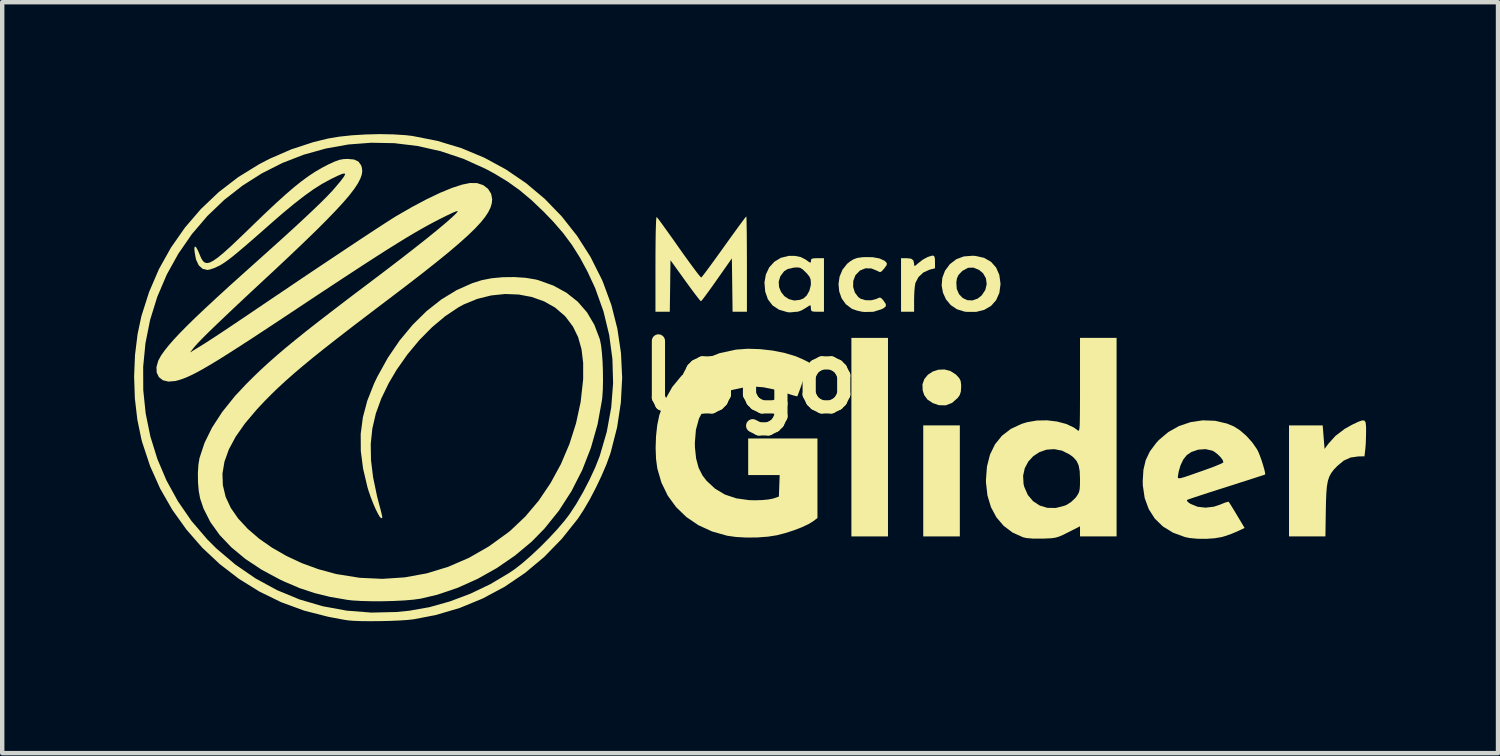
<source format=kicad_pcb>
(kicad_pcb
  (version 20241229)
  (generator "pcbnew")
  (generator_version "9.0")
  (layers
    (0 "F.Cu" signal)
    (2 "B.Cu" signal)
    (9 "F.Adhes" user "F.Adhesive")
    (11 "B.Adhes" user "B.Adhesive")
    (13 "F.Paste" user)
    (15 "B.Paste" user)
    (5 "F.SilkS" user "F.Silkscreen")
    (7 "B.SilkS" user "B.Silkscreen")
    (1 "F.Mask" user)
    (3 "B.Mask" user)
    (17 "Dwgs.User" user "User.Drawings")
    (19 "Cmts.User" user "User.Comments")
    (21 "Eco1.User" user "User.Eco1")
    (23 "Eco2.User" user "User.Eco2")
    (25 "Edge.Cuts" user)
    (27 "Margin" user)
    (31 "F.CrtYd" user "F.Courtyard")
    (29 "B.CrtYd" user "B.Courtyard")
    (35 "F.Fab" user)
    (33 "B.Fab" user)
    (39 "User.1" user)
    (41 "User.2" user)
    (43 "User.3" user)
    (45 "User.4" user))
  (footprint "logo"
    (layer "F.Cu")
    (at 13.995 5.525)
    (property "Reference" "logo" (at 0 0 0) (layer "F.SilkS") (effects (font (size 1.5 1.5) (thickness 0.3))))
    (attr board_only exclude_from_pos_files exclude_from_bom)
    (fp_poly (pts (xy 3.149 1.367) (xy 3.149 3.624) (xy 2.733 3.624) (xy 2.317 3.624) (xy 2.317 1.367) (xy 2.317 -0.891) (xy 2.733 -0.891) (xy 3.149 -0.891)) (stroke (width 0) (type solid)) (fill yes) (layer "F.SilkS"))
    (fp_poly (pts (xy 4.783 2.362) (xy 4.783 3.624) (xy 4.367 3.624) (xy 3.951 3.624) (xy 3.951 2.362) (xy 3.951 1.099) (xy 4.367 1.099) (xy 4.783 1.099)) (stroke (width 0) (type solid)) (fill yes) (layer "F.SilkS"))
    (fp_poly (pts (xy 4.567 -0.139) (xy 4.69 -0.06) (xy 4.709 -0.042) (xy 4.771 0.027) (xy 4.802 0.09) (xy 4.812 0.173) (xy 4.813 0.222) (xy 4.806 0.331) (xy 4.781 0.409) (xy 4.732 0.477) (xy 4.606 0.588) (xy 4.462 0.643) (xy 4.307 0.64) (xy 4.169 0.592) (xy 4.048 0.513) (xy 3.973 0.411) (xy 3.938 0.304) (xy 3.933 0.166) (xy 3.976 0.045) (xy 4.058 -0.054) (xy 4.168 -0.126) (xy 4.295 -0.167) (xy 4.432 -0.173)) (stroke (width 0) (type solid)) (fill yes) (layer "F.SilkS"))
    (fp_poly (pts (xy 4.202 -2.747) (xy 4.216 -2.694) (xy 4.218 -2.618) (xy 4.218 -2.473) (xy 4.092 -2.441) (xy 3.953 -2.378) (xy 3.842 -2.273) (xy 3.773 -2.141) (xy 3.772 -2.137) (xy 3.759 -2.061) (xy 3.749 -1.946) (xy 3.744 -1.813) (xy 3.743 -1.76) (xy 3.743 -1.485) (xy 3.595 -1.485) (xy 3.446 -1.485) (xy 3.446 -2.094) (xy 3.446 -2.703) (xy 3.577 -2.703) (xy 3.673 -2.693) (xy 3.725 -2.656) (xy 3.743 -2.582) (xy 3.743 -2.555) (xy 3.75 -2.528) (xy 3.777 -2.538) (xy 3.834 -2.587) (xy 3.84 -2.592) (xy 3.942 -2.671) (xy 4.053 -2.731) (xy 4.151 -2.761) (xy 4.173 -2.763)) (stroke (width 0) (type solid)) (fill yes) (layer "F.SilkS"))
    (fp_poly (pts (xy 13.984 0.989) (xy 14.011 1.032) (xy 14.021 1.12) (xy 14.022 1.24) (xy 14.019 1.382) (xy 14.014 1.522) (xy 14.005 1.634) (xy 14.003 1.651) (xy 13.985 1.802) (xy 13.843 1.805) (xy 13.669 1.83) (xy 13.515 1.899) (xy 13.368 2.021) (xy 13.29 2.103) (xy 13.23 2.181) (xy 13.185 2.264) (xy 13.153 2.362) (xy 13.131 2.483) (xy 13.118 2.637) (xy 13.11 2.835) (xy 13.106 3.023) (xy 13.097 3.624) (xy 12.683 3.624) (xy 12.269 3.624) (xy 12.269 2.362) (xy 12.269 1.099) (xy 12.652 1.099) (xy 13.035 1.099) (xy 13.056 1.367) (xy 13.078 1.634) (xy 13.16 1.521) (xy 13.325 1.338) (xy 13.538 1.176) (xy 13.709 1.081) (xy 13.842 1.018) (xy 13.931 0.986)) (stroke (width 0) (type solid)) (fill yes) (layer "F.SilkS"))
    (fp_poly (pts (xy 5.145 -2.754) (xy 5.335 -2.711) (xy 5.491 -2.622) (xy 5.608 -2.491) (xy 5.681 -2.323) (xy 5.708 -2.123) (xy 5.708 -2.113) (xy 5.682 -1.914) (xy 5.608 -1.748) (xy 5.493 -1.619) (xy 5.339 -1.529) (xy 5.153 -1.482) (xy 4.938 -1.483) (xy 4.889 -1.489) (xy 4.716 -1.542) (xy 4.575 -1.638) (xy 4.468 -1.767) (xy 4.399 -1.919) (xy 4.37 -2.084) (xy 4.376 -2.152) (xy 4.703 -2.152) (xy 4.713 -2.004) (xy 4.765 -1.885) (xy 4.848 -1.798) (xy 4.953 -1.749) (xy 5.07 -1.743) (xy 5.189 -1.785) (xy 5.279 -1.856) (xy 5.362 -1.98) (xy 5.394 -2.113) (xy 5.377 -2.244) (xy 5.312 -2.36) (xy 5.223 -2.435) (xy 5.092 -2.489) (xy 4.97 -2.485) (xy 4.853 -2.422) (xy 4.823 -2.397) (xy 4.753 -2.322) (xy 4.717 -2.245) (xy 4.703 -2.152) (xy 4.376 -2.152) (xy 4.384 -2.254) (xy 4.445 -2.417) (xy 4.555 -2.566) (xy 4.559 -2.57) (xy 4.704 -2.681) (xy 4.872 -2.743) (xy 5.071 -2.759)) (stroke (width 0) (type solid)) (fill yes) (layer "F.SilkS"))
    (fp_poly (pts (xy 2.801 -2.726) (xy 2.954 -2.698) (xy 3.066 -2.648) (xy 3.102 -2.617) (xy 3.124 -2.582) (xy 3.116 -2.542) (xy 3.072 -2.481) (xy 3.063 -2.469) (xy 3.009 -2.408) (xy 2.972 -2.387) (xy 2.932 -2.4) (xy 2.909 -2.414) (xy 2.772 -2.47) (xy 2.637 -2.473) (xy 2.514 -2.424) (xy 2.417 -2.326) (xy 2.407 -2.312) (xy 2.359 -2.184) (xy 2.357 -2.049) (xy 2.396 -1.922) (xy 2.474 -1.819) (xy 2.529 -1.78) (xy 2.638 -1.748) (xy 2.766 -1.746) (xy 2.881 -1.775) (xy 2.896 -1.782) (xy 2.952 -1.807) (xy 2.991 -1.8) (xy 3.036 -1.753) (xy 3.048 -1.737) (xy 3.098 -1.663) (xy 3.102 -1.612) (xy 3.054 -1.569) (xy 2.999 -1.541) (xy 2.816 -1.484) (xy 2.613 -1.48) (xy 2.552 -1.487) (xy 2.446 -1.511) (xy 2.348 -1.545) (xy 2.325 -1.555) (xy 2.191 -1.656) (xy 2.095 -1.79) (xy 2.04 -1.947) (xy 2.024 -2.115) (xy 2.048 -2.283) (xy 2.114 -2.441) (xy 2.22 -2.576) (xy 2.284 -2.628) (xy 2.367 -2.679) (xy 2.45 -2.709) (xy 2.558 -2.724) (xy 2.619 -2.728)) (stroke (width 0) (type solid)) (fill yes) (layer "F.SilkS"))
    (fp_poly (pts (xy -0.07 -3.625) (xy -0.067 -3.544) (xy -0.065 -3.416) (xy -0.062 -3.249) (xy -0.061 -3.048) (xy -0.06 -2.822) (xy -0.059 -2.575) (xy -0.059 -2.57) (xy -0.059 -1.485) (xy -0.222 -1.485) (xy -0.385 -1.485) (xy -0.393 -2.092) (xy -0.401 -2.699) (xy -0.743 -2.212) (xy -0.848 -2.063) (xy -0.942 -1.933) (xy -1.019 -1.828) (xy -1.075 -1.756) (xy -1.103 -1.724) (xy -1.105 -1.724) (xy -1.127 -1.746) (xy -1.179 -1.81) (xy -1.254 -1.908) (xy -1.346 -2.032) (xy -1.45 -2.175) (xy -1.461 -2.19) (xy -1.797 -2.657) (xy -1.805 -2.071) (xy -1.813 -1.485) (xy -1.976 -1.485) (xy -2.139 -1.485) (xy -2.139 -2.571) (xy -2.138 -2.85) (xy -2.136 -3.093) (xy -2.133 -3.297) (xy -2.128 -3.458) (xy -2.123 -3.571) (xy -2.116 -3.631) (xy -2.112 -3.641) (xy -2.088 -3.613) (xy -2.035 -3.543) (xy -1.957 -3.436) (xy -1.86 -3.301) (xy -1.746 -3.141) (xy -1.622 -2.965) (xy -1.604 -2.939) (xy -1.479 -2.763) (xy -1.364 -2.604) (xy -1.264 -2.468) (xy -1.184 -2.362) (xy -1.127 -2.292) (xy -1.099 -2.264) (xy -1.098 -2.264) (xy -1.075 -2.289) (xy -1.022 -2.357) (xy -0.944 -2.461) (xy -0.846 -2.595) (xy -0.731 -2.753) (xy -0.605 -2.928) (xy -0.58 -2.963) (xy -0.453 -3.141) (xy -0.337 -3.301) (xy -0.237 -3.439) (xy -0.157 -3.547) (xy -0.101 -3.621) (xy -0.074 -3.653) (xy -0.073 -3.654)) (stroke (width 0) (type solid)) (fill yes) (layer "F.SilkS"))
    (fp_poly (pts (xy 1.164 -2.73) (xy 1.277 -2.672) (xy 1.29 -2.662) (xy 1.355 -2.615) (xy 1.386 -2.602) (xy 1.396 -2.621) (xy 1.396 -2.642) (xy 1.404 -2.679) (xy 1.436 -2.697) (xy 1.507 -2.703) (xy 1.545 -2.703) (xy 1.693 -2.703) (xy 1.693 -2.094) (xy 1.693 -1.485) (xy 1.545 -1.485) (xy 1.457 -1.488) (xy 1.413 -1.5) (xy 1.398 -1.53) (xy 1.396 -1.56) (xy 1.392 -1.616) (xy 1.383 -1.634) (xy 1.352 -1.619) (xy 1.291 -1.58) (xy 1.26 -1.56) (xy 1.177 -1.513) (xy 1.101 -1.487) (xy 1.083 -1.485) (xy 1.011 -1.481) (xy 0.975 -1.475) (xy 0.916 -1.471) (xy 0.862 -1.476) (xy 0.671 -1.532) (xy 0.523 -1.63) (xy 0.418 -1.768) (xy 0.357 -1.943) (xy 0.34 -2.148) (xy 0.343 -2.169) (xy 0.664 -2.169) (xy 0.672 -2.047) (xy 0.718 -1.934) (xy 0.794 -1.839) (xy 0.896 -1.772) (xy 1.016 -1.741) (xy 1.148 -1.756) (xy 1.227 -1.788) (xy 1.302 -1.856) (xy 1.361 -1.962) (xy 1.393 -2.086) (xy 1.396 -2.135) (xy 1.39 -2.219) (xy 1.363 -2.284) (xy 1.306 -2.355) (xy 1.277 -2.384) (xy 1.205 -2.452) (xy 1.15 -2.485) (xy 1.088 -2.494) (xy 1.009 -2.489) (xy 0.868 -2.457) (xy 0.787 -2.406) (xy 0.701 -2.292) (xy 0.664 -2.169) (xy 0.343 -2.169) (xy 0.372 -2.333) (xy 0.448 -2.494) (xy 0.564 -2.622) (xy 0.713 -2.712) (xy 0.89 -2.756) (xy 1.022 -2.757)) (stroke (width 0) (type solid)) (fill yes) (layer "F.SilkS"))
    (fp_poly (pts (xy 8.348 1.367) (xy 8.348 3.624) (xy 7.932 3.624) (xy 7.516 3.624) (xy 7.516 3.509) (xy 7.516 3.394) (xy 7.25 3.529) (xy 7.13 3.589) (xy 7.039 3.628) (xy 6.958 3.652) (xy 6.866 3.665) (xy 6.745 3.671) (xy 6.664 3.674) (xy 6.453 3.674) (xy 6.297 3.661) (xy 6.217 3.642) (xy 5.98 3.535) (xy 5.778 3.382) (xy 5.614 3.189) (xy 5.491 2.958) (xy 5.411 2.693) (xy 5.378 2.401) (xy 5.377 2.342) (xy 5.384 2.243) (xy 6.222 2.243) (xy 6.232 2.431) (xy 6.249 2.499) (xy 6.329 2.681) (xy 6.449 2.823) (xy 6.6 2.922) (xy 6.774 2.974) (xy 6.964 2.977) (xy 7.161 2.927) (xy 7.214 2.905) (xy 7.318 2.837) (xy 7.413 2.746) (xy 7.43 2.725) (xy 7.47 2.665) (xy 7.495 2.611) (xy 7.509 2.545) (xy 7.515 2.452) (xy 7.516 2.317) (xy 7.509 2.14) (xy 7.485 2.008) (xy 7.438 1.907) (xy 7.362 1.822) (xy 7.281 1.761) (xy 7.105 1.673) (xy 6.928 1.639) (xy 6.755 1.651) (xy 6.595 1.706) (xy 6.454 1.798) (xy 6.34 1.922) (xy 6.26 2.072) (xy 6.222 2.243) (xy 5.384 2.243) (xy 5.4 2.034) (xy 5.469 1.763) (xy 5.583 1.529) (xy 5.741 1.334) (xy 5.943 1.179) (xy 6.189 1.064) (xy 6.319 1.025) (xy 6.537 0.988) (xy 6.767 0.984) (xy 6.992 1.011) (xy 7.201 1.066) (xy 7.377 1.148) (xy 7.464 1.211) (xy 7.478 1.221) (xy 7.489 1.219) (xy 7.497 1.2) (xy 7.504 1.16) (xy 7.509 1.092) (xy 7.512 0.991) (xy 7.514 0.851) (xy 7.515 0.668) (xy 7.516 0.436) (xy 7.516 0.183) (xy 7.516 -0.891) (xy 7.932 -0.891) (xy 8.348 -0.891)) (stroke (width 0) (type solid)) (fill yes) (layer "F.SilkS"))
    (fp_poly (pts (xy 0.24 -0.635) (xy 0.526 -0.603) (xy 0.801 -0.548) (xy 1.048 -0.474) (xy 1.21 -0.405) (xy 1.36 -0.329) (xy 1.228 0.05) (xy 1.179 0.19) (xy 1.137 0.307) (xy 1.105 0.393) (xy 1.088 0.435) (xy 1.087 0.438) (xy 1.057 0.433) (xy 0.983 0.413) (xy 0.879 0.38) (xy 0.814 0.359) (xy 0.549 0.28) (xy 0.32 0.233) (xy 0.111 0.216) (xy -0.091 0.229) (xy -0.115 0.232) (xy -0.412 0.297) (xy -0.664 0.401) (xy -0.871 0.543) (xy -1.033 0.724) (xy -1.149 0.943) (xy -1.219 1.2) (xy -1.243 1.493) (xy -1.241 1.603) (xy -1.214 1.853) (xy -1.158 2.062) (xy -1.068 2.24) (xy -0.979 2.356) (xy -0.784 2.538) (xy -0.559 2.672) (xy -0.302 2.758) (xy -0.009 2.799) (xy 0.134 2.802) (xy 0.289 2.797) (xy 0.427 2.784) (xy 0.53 2.765) (xy 0.55 2.759) (xy 0.668 2.718) (xy 0.677 2.473) (xy 0.686 2.228) (xy 0.328 2.228) (xy -0.03 2.228) (xy -0.03 1.812) (xy -0.03 1.396) (xy 0.758 1.396) (xy 1.545 1.396) (xy 1.545 2.301) (xy 1.545 3.205) (xy 1.448 3.279) (xy 1.34 3.345) (xy 1.189 3.416) (xy 1.009 3.485) (xy 0.817 3.547) (xy 0.63 3.596) (xy 0.423 3.629) (xy 0.183 3.647) (xy -0.066 3.65) (xy -0.304 3.637) (xy -0.505 3.609) (xy -0.851 3.511) (xy -1.162 3.369) (xy -1.436 3.183) (xy -1.669 2.958) (xy -1.859 2.697) (xy -2.003 2.401) (xy -2.097 2.078) (xy -2.126 1.86) (xy -2.135 1.609) (xy -2.126 1.347) (xy -2.099 1.096) (xy -2.054 0.879) (xy -2.05 0.862) (xy -1.925 0.525) (xy -1.757 0.226) (xy -1.546 -0.031) (xy -1.295 -0.247) (xy -1.005 -0.418) (xy -0.679 -0.544) (xy -0.317 -0.622) (xy -0.297 -0.625) (xy -0.04 -0.644)) (stroke (width 0) (type solid)) (fill yes) (layer "F.SilkS"))
    (fp_poly (pts (xy 10.583 0.994) (xy 10.853 1.056) (xy 11.014 1.122) (xy 11.155 1.212) (xy 11.301 1.339) (xy 11.434 1.487) (xy 11.539 1.639) (xy 11.571 1.7) (xy 11.606 1.786) (xy 11.644 1.891) (xy 11.679 2.002) (xy 11.708 2.103) (xy 11.725 2.179) (xy 11.727 2.215) (xy 11.727 2.215) (xy 11.698 2.226) (xy 11.619 2.252) (xy 11.498 2.291) (xy 11.34 2.342) (xy 11.154 2.401) (xy 10.946 2.468) (xy 10.858 2.496) (xy 10.641 2.565) (xy 10.442 2.629) (xy 10.267 2.686) (xy 10.124 2.733) (xy 10.021 2.768) (xy 9.964 2.788) (xy 9.956 2.791) (xy 9.946 2.815) (xy 9.984 2.853) (xy 10.03 2.884) (xy 10.188 2.949) (xy 10.37 2.97) (xy 10.561 2.948) (xy 10.707 2.899) (xy 10.799 2.861) (xy 10.868 2.839) (xy 10.898 2.837) (xy 10.918 2.867) (xy 10.962 2.938) (xy 11.023 3.037) (xy 11.086 3.142) (xy 11.259 3.431) (xy 11.088 3.512) (xy 10.959 3.566) (xy 10.816 3.616) (xy 10.74 3.638) (xy 10.577 3.666) (xy 10.383 3.679) (xy 10.183 3.677) (xy 10 3.659) (xy 9.902 3.638) (xy 9.631 3.539) (xy 9.402 3.398) (xy 9.217 3.219) (xy 9.079 3.003) (xy 8.987 2.752) (xy 8.945 2.469) (xy 8.942 2.364) (xy 8.948 2.272) (xy 9.74 2.272) (xy 9.745 2.294) (xy 9.766 2.303) (xy 9.811 2.297) (xy 9.887 2.276) (xy 9.999 2.238) (xy 10.156 2.183) (xy 10.322 2.125) (xy 10.474 2.07) (xy 10.605 2.02) (xy 10.705 1.978) (xy 10.764 1.949) (xy 10.776 1.939) (xy 10.765 1.893) (xy 10.718 1.828) (xy 10.65 1.759) (xy 10.574 1.7) (xy 10.526 1.674) (xy 10.371 1.639) (xy 10.204 1.651) (xy 10.047 1.705) (xy 9.943 1.776) (xy 9.866 1.873) (xy 9.802 2.006) (xy 9.759 2.153) (xy 9.754 2.187) (xy 9.746 2.236) (xy 9.74 2.272) (xy 8.948 2.272) (xy 8.958 2.109) (xy 9.01 1.89) (xy 9.104 1.692) (xy 9.246 1.502) (xy 9.31 1.431) (xy 9.524 1.25) (xy 9.767 1.114) (xy 10.031 1.025) (xy 10.306 0.984)) (stroke (width 0) (type solid)) (fill yes) (layer "F.SilkS"))
    (fp_poly (pts (xy -8.1 -5.519) (xy -7.818 -5.501) (xy -7.665 -5.483) (xy -7.097 -5.371) (xy -6.552 -5.206) (xy -6.032 -4.989) (xy -5.542 -4.723) (xy -5.082 -4.41) (xy -4.657 -4.053) (xy -4.27 -3.653) (xy -3.922 -3.212) (xy -3.617 -2.734) (xy -3.359 -2.22) (xy -3.334 -2.163) (xy -3.142 -1.64) (xy -3.005 -1.099) (xy -2.923 -0.546) (xy -2.896 0.016) (xy -2.926 0.581) (xy -3.011 1.143) (xy -3.153 1.699) (xy -3.169 1.751) (xy -3.253 1.983) (xy -3.364 2.243) (xy -3.493 2.514) (xy -3.631 2.779) (xy -3.772 3.02) (xy -3.904 3.222) (xy -3.905 3.223) (xy -4.269 3.679) (xy -4.669 4.09) (xy -5.104 4.454) (xy -5.571 4.77) (xy -6.068 5.036) (xy -6.59 5.251) (xy -7.136 5.412) (xy -7.639 5.509) (xy -7.778 5.524) (xy -7.962 5.536) (xy -8.174 5.545) (xy -8.401 5.55) (xy -8.626 5.552) (xy -8.834 5.55) (xy -9.011 5.543) (xy -9.12 5.534) (xy -9.19 5.524) (xy -9.303 5.504) (xy -9.441 5.478) (xy -9.582 5.451) (xy -10.127 5.312) (xy -10.648 5.121) (xy -11.144 4.879) (xy -11.61 4.59) (xy -12.045 4.256) (xy -12.445 3.881) (xy -12.806 3.467) (xy -13.127 3.018) (xy -13.403 2.536) (xy -13.632 2.024) (xy -13.81 1.486) (xy -13.829 1.417) (xy -13.922 0.967) (xy -13.978 0.487) (xy -13.995 -0.008) (xy -13.986 -0.236) (xy -13.789 -0.236) (xy -13.787 0.298) (xy -13.732 0.829) (xy -13.625 1.352) (xy -13.467 1.861) (xy -13.258 2.354) (xy -12.998 2.826) (xy -12.69 3.273) (xy -12.333 3.689) (xy -12.122 3.9) (xy -11.689 4.267) (xy -11.228 4.583) (xy -10.742 4.847) (xy -10.234 5.057) (xy -9.705 5.212) (xy -9.16 5.312) (xy -8.6 5.356) (xy -8.028 5.343) (xy -7.739 5.314) (xy -7.279 5.233) (xy -6.81 5.101) (xy -6.344 4.925) (xy -5.893 4.709) (xy -5.471 4.458) (xy -5.347 4.374) (xy -5.173 4.239) (xy -4.976 4.068) (xy -4.769 3.874) (xy -4.563 3.667) (xy -4.371 3.46) (xy -4.205 3.266) (xy -4.093 3.119) (xy -3.939 2.884) (xy -3.784 2.615) (xy -3.637 2.331) (xy -3.508 2.053) (xy -3.408 1.799) (xy -3.406 1.794) (xy -3.246 1.245) (xy -3.145 0.692) (xy -3.102 0.139) (xy -3.118 -0.412) (xy -3.191 -0.958) (xy -3.322 -1.497) (xy -3.511 -2.025) (xy -3.688 -2.405) (xy -3.86 -2.723) (xy -4.039 -3.006) (xy -4.236 -3.271) (xy -4.463 -3.534) (xy -4.679 -3.758) (xy -4.959 -4.025) (xy -5.229 -4.251) (xy -5.505 -4.448) (xy -5.802 -4.628) (xy -6.001 -4.735) (xy -6.508 -4.964) (xy -7.026 -5.137) (xy -7.55 -5.255) (xy -8.077 -5.319) (xy -8.603 -5.329) (xy -9.124 -5.289) (xy -9.637 -5.197) (xy -10.138 -5.057) (xy -10.623 -4.869) (xy -11.088 -4.634) (xy -11.53 -4.354) (xy -11.945 -4.03) (xy -12.329 -3.663) (xy -12.679 -3.254) (xy -12.99 -2.804) (xy -13.252 -2.332) (xy -13.469 -1.823) (xy -13.631 -1.301) (xy -13.737 -0.771) (xy -13.789 -0.236) (xy -13.986 -0.236) (xy -13.975 -0.501) (xy -13.916 -0.979) (xy -13.829 -1.387) (xy -13.655 -1.933) (xy -13.431 -2.454) (xy -13.157 -2.944) (xy -12.837 -3.402) (xy -12.474 -3.824) (xy -12.069 -4.208) (xy -11.625 -4.549) (xy -11.146 -4.844) (xy -10.918 -4.962) (xy -10.422 -5.178) (xy -9.922 -5.342) (xy -9.583 -5.425) (xy -9.334 -5.467) (xy -9.044 -5.498) (xy -8.731 -5.517) (xy -8.41 -5.525)) (stroke (width 0) (type solid)) (fill yes) (layer "F.SilkS"))
    (fp_poly (pts (xy -8.992 -4.947) (xy -8.894 -4.901) (xy -8.834 -4.817) (xy -8.815 -4.759) (xy -8.807 -4.685) (xy -8.818 -4.603) (xy -8.852 -4.509) (xy -8.908 -4.401) (xy -8.99 -4.277) (xy -9.1 -4.134) (xy -9.24 -3.971) (xy -9.412 -3.784) (xy -9.617 -3.572) (xy -9.858 -3.331) (xy -10.138 -3.06) (xy -10.457 -2.756) (xy -10.818 -2.417) (xy -11.007 -2.242) (xy -11.351 -1.922) (xy -11.653 -1.639) (xy -11.912 -1.394) (xy -12.131 -1.185) (xy -12.311 -1.011) (xy -12.452 -0.87) (xy -12.556 -0.762) (xy -12.625 -0.684) (xy -12.634 -0.673) (xy -12.724 -0.559) (xy -12.464 -0.718) (xy -12.371 -0.776) (xy -12.237 -0.863) (xy -12.073 -0.97) (xy -11.888 -1.093) (xy -11.691 -1.225) (xy -11.49 -1.36) (xy -11.472 -1.372) (xy -11.011 -1.684) (xy -10.573 -1.979) (xy -10.16 -2.258) (xy -9.773 -2.517) (xy -9.416 -2.755) (xy -9.092 -2.971) (xy -8.803 -3.163) (xy -8.552 -3.328) (xy -8.34 -3.466) (xy -8.172 -3.574) (xy -8.05 -3.651) (xy -8.021 -3.668) (xy -7.667 -3.872) (xy -7.337 -4.047) (xy -7.035 -4.191) (xy -6.767 -4.301) (xy -6.535 -4.377) (xy -6.357 -4.413) (xy -6.196 -4.411) (xy -6.056 -4.365) (xy -5.946 -4.281) (xy -5.875 -4.167) (xy -5.852 -4.042) (xy -5.861 -3.951) (xy -5.89 -3.855) (xy -5.94 -3.752) (xy -6.015 -3.638) (xy -6.116 -3.513) (xy -6.247 -3.373) (xy -6.409 -3.216) (xy -6.606 -3.04) (xy -6.838 -2.842) (xy -7.11 -2.621) (xy -7.423 -2.373) (xy -7.779 -2.098) (xy -8.182 -1.791) (xy -8.274 -1.722) (xy -8.685 -1.41) (xy -9.052 -1.13) (xy -9.379 -0.877) (xy -9.67 -0.649) (xy -9.929 -0.442) (xy -10.159 -0.252) (xy -10.365 -0.077) (xy -10.55 0.087) (xy -10.72 0.243) (xy -10.877 0.395) (xy -11.026 0.546) (xy -11.171 0.7) (xy -11.208 0.74) (xy -11.475 1.056) (xy -11.686 1.357) (xy -11.841 1.646) (xy -11.941 1.925) (xy -11.986 2.196) (xy -11.977 2.459) (xy -11.915 2.719) (xy -11.912 2.728) (xy -11.797 2.975) (xy -11.628 3.218) (xy -11.41 3.453) (xy -11.151 3.676) (xy -10.854 3.883) (xy -10.527 4.07) (xy -10.175 4.234) (xy -9.802 4.37) (xy -9.416 4.475) (xy -9.384 4.482) (xy -8.864 4.565) (xy -8.349 4.589) (xy -7.84 4.555) (xy -7.341 4.464) (xy -6.855 4.316) (xy -6.383 4.112) (xy -5.929 3.852) (xy -5.495 3.538) (xy -5.432 3.487) (xy -5.099 3.172) (xy -4.795 2.812) (xy -4.525 2.412) (xy -4.29 1.981) (xy -4.096 1.525) (xy -3.945 1.051) (xy -3.84 0.566) (xy -3.786 0.079) (xy -3.783 0.03) (xy -3.783 -0.324) (xy -3.821 -0.636) (xy -3.898 -0.909) (xy -4.016 -1.15) (xy -4.175 -1.362) (xy -4.204 -1.394) (xy -4.42 -1.579) (xy -4.671 -1.721) (xy -4.95 -1.821) (xy -5.248 -1.877) (xy -5.559 -1.889) (xy -5.876 -1.856) (xy -6.189 -1.778) (xy -6.494 -1.654) (xy -6.621 -1.585) (xy -6.921 -1.384) (xy -7.22 -1.133) (xy -7.509 -0.84) (xy -7.78 -0.514) (xy -8.026 -0.164) (xy -8.206 0.141) (xy -8.374 0.488) (xy -8.498 0.828) (xy -8.577 1.169) (xy -8.614 1.52) (xy -8.608 1.888) (xy -8.56 2.281) (xy -8.471 2.707) (xy -8.436 2.843) (xy -8.396 2.993) (xy -8.37 3.096) (xy -8.356 3.159) (xy -8.352 3.193) (xy -8.357 3.206) (xy -8.37 3.208) (xy -8.376 3.208) (xy -8.406 3.182) (xy -8.449 3.11) (xy -8.502 3.004) (xy -8.558 2.875) (xy -8.613 2.734) (xy -8.662 2.592) (xy -8.687 2.51) (xy -8.788 2.082) (xy -8.84 1.679) (xy -8.842 1.293) (xy -8.793 0.916) (xy -8.692 0.537) (xy -8.539 0.15) (xy -8.463 -0.009) (xy -8.224 -0.44) (xy -7.955 -0.834) (xy -7.66 -1.189) (xy -7.344 -1.5) (xy -7.009 -1.764) (xy -6.659 -1.978) (xy -6.298 -2.138) (xy -6.09 -2.203) (xy -5.867 -2.247) (xy -5.612 -2.271) (xy -5.346 -2.274) (xy -5.089 -2.257) (xy -4.862 -2.219) (xy -4.804 -2.204) (xy -4.461 -2.081) (xy -4.162 -1.917) (xy -3.906 -1.714) (xy -3.695 -1.471) (xy -3.529 -1.189) (xy -3.407 -0.869) (xy -3.401 -0.847) (xy -3.376 -0.723) (xy -3.357 -0.555) (xy -3.342 -0.356) (xy -3.334 -0.14) (xy -3.332 0.077) (xy -3.336 0.283) (xy -3.348 0.462) (xy -3.355 0.523) (xy -3.455 1.074) (xy -3.606 1.606) (xy -3.804 2.114) (xy -4.048 2.593) (xy -4.335 3.039) (xy -4.663 3.446) (xy -4.955 3.744) (xy -5.333 4.059) (xy -5.746 4.343) (xy -6.184 4.589) (xy -6.638 4.793) (xy -7.097 4.949) (xy -7.477 5.039) (xy -7.642 5.062) (xy -7.852 5.08) (xy -8.091 5.092) (xy -8.343 5.098) (xy -8.595 5.098) (xy -8.83 5.092) (xy -9.034 5.08) (xy -9.15 5.066) (xy -9.54 4.999) (xy -9.893 4.912) (xy -10.23 4.8) (xy -10.573 4.654) (xy -10.68 4.604) (xy -11.097 4.38) (xy -11.465 4.136) (xy -11.782 3.873) (xy -12.048 3.594) (xy -12.26 3.299) (xy -12.416 2.992) (xy -12.494 2.76) (xy -12.525 2.595) (xy -12.542 2.397) (xy -12.545 2.189) (xy -12.533 1.995) (xy -12.508 1.842) (xy -12.394 1.497) (xy -12.221 1.146) (xy -11.989 0.79) (xy -11.7 0.43) (xy -11.446 0.159) (xy -11.283 -0.003) (xy -11.118 -0.162) (xy -10.945 -0.321) (xy -10.76 -0.484) (xy -10.559 -0.656) (xy -10.336 -0.839) (xy -10.089 -1.038) (xy -9.811 -1.256) (xy -9.498 -1.497) (xy -9.147 -1.766) (xy -8.751 -2.065) (xy -8.749 -2.066) (xy -8.318 -2.392) (xy -7.936 -2.684) (xy -7.603 -2.943) (xy -7.317 -3.169) (xy -7.079 -3.363) (xy -6.887 -3.524) (xy -6.758 -3.639) (xy -6.684 -3.71) (xy -6.643 -3.755) (xy -6.639 -3.775) (xy -6.675 -3.768) (xy -6.754 -3.735) (xy -6.88 -3.675) (xy -7.015 -3.608) (xy -7.158 -3.535) (xy -7.306 -3.456) (xy -7.462 -3.369) (xy -7.631 -3.272) (xy -7.815 -3.162) (xy -8.019 -3.036) (xy -8.247 -2.894) (xy -8.502 -2.731) (xy -8.787 -2.547) (xy -9.107 -2.338) (xy -9.465 -2.103) (xy -9.865 -1.839) (xy -10.279 -1.564) (xy -10.686 -1.294) (xy -11.047 -1.056) (xy -11.365 -0.847) (xy -11.646 -0.666) (xy -11.89 -0.51) (xy -12.103 -0.377) (xy -12.288 -0.266) (xy -12.447 -0.173) (xy -12.585 -0.098) (xy -12.705 -0.038) (xy -12.81 0.009) (xy -12.903 0.045) (xy -12.989 0.072) (xy -13.059 0.09) (xy -13.216 0.103) (xy -13.342 0.072) (xy -13.431 0.002) (xy -13.481 -0.1) (xy -13.487 -0.227) (xy -13.446 -0.373) (xy -13.381 -0.492) (xy -13.305 -0.599) (xy -13.212 -0.716) (xy -13.099 -0.846) (xy -12.963 -0.992) (xy -12.801 -1.157) (xy -12.61 -1.344) (xy -12.387 -1.555) (xy -12.129 -1.795) (xy -11.834 -2.065) (xy -11.497 -2.368) (xy -11.275 -2.567) (xy -10.92 -2.885) (xy -10.607 -3.167) (xy -10.335 -3.415) (xy -10.101 -3.632) (xy -9.902 -3.82) (xy -9.735 -3.981) (xy -9.599 -4.118) (xy -9.49 -4.233) (xy -9.426 -4.306) (xy -9.307 -4.447) (xy -9.231 -4.547) (xy -9.197 -4.607) (xy -9.208 -4.631) (xy -9.265 -4.62) (xy -9.369 -4.576) (xy -9.521 -4.502) (xy -9.538 -4.493) (xy -9.722 -4.393) (xy -9.916 -4.27) (xy -10.126 -4.12) (xy -10.358 -3.939) (xy -10.619 -3.723) (xy -10.878 -3.498) (xy -11.124 -3.281) (xy -11.33 -3.101) (xy -11.502 -2.953) (xy -11.644 -2.833) (xy -11.76 -2.738) (xy -11.856 -2.664) (xy -11.936 -2.607) (xy -12.004 -2.563) (xy -12.066 -2.528) (xy -12.073 -2.525) (xy -12.177 -2.478) (xy -12.272 -2.446) (xy -12.329 -2.436) (xy -12.439 -2.463) (xy -12.526 -2.542) (xy -12.584 -2.667) (xy -12.594 -2.705) (xy -12.619 -2.845) (xy -12.625 -2.934) (xy -12.613 -2.97) (xy -12.586 -2.952) (xy -12.544 -2.879) (xy -12.505 -2.785) (xy -12.47 -2.704) (xy -12.433 -2.643) (xy -12.391 -2.605) (xy -12.339 -2.592) (xy -12.274 -2.605) (xy -12.191 -2.648) (xy -12.087 -2.721) (xy -11.958 -2.828) (xy -11.8 -2.97) (xy -11.61 -3.15) (xy -11.382 -3.369) (xy -11.307 -3.442) (xy -11.025 -3.714) (xy -10.777 -3.947) (xy -10.558 -4.145) (xy -10.363 -4.313) (xy -10.187 -4.454) (xy -10.023 -4.574) (xy -9.867 -4.676) (xy -9.713 -4.765) (xy -9.562 -4.843) (xy -9.429 -4.903) (xy -9.326 -4.94) (xy -9.233 -4.957) (xy -9.134 -4.961)) (stroke (width 0) (type solid)) (fill yes) (layer "F.SilkS")))
  (gr_rect
    (start -3 -3)
    (end 31.017 14.077)
    (stroke (width 0.1) (type default))
    (fill no)
    (layer "Edge.Cuts")))
</source>
